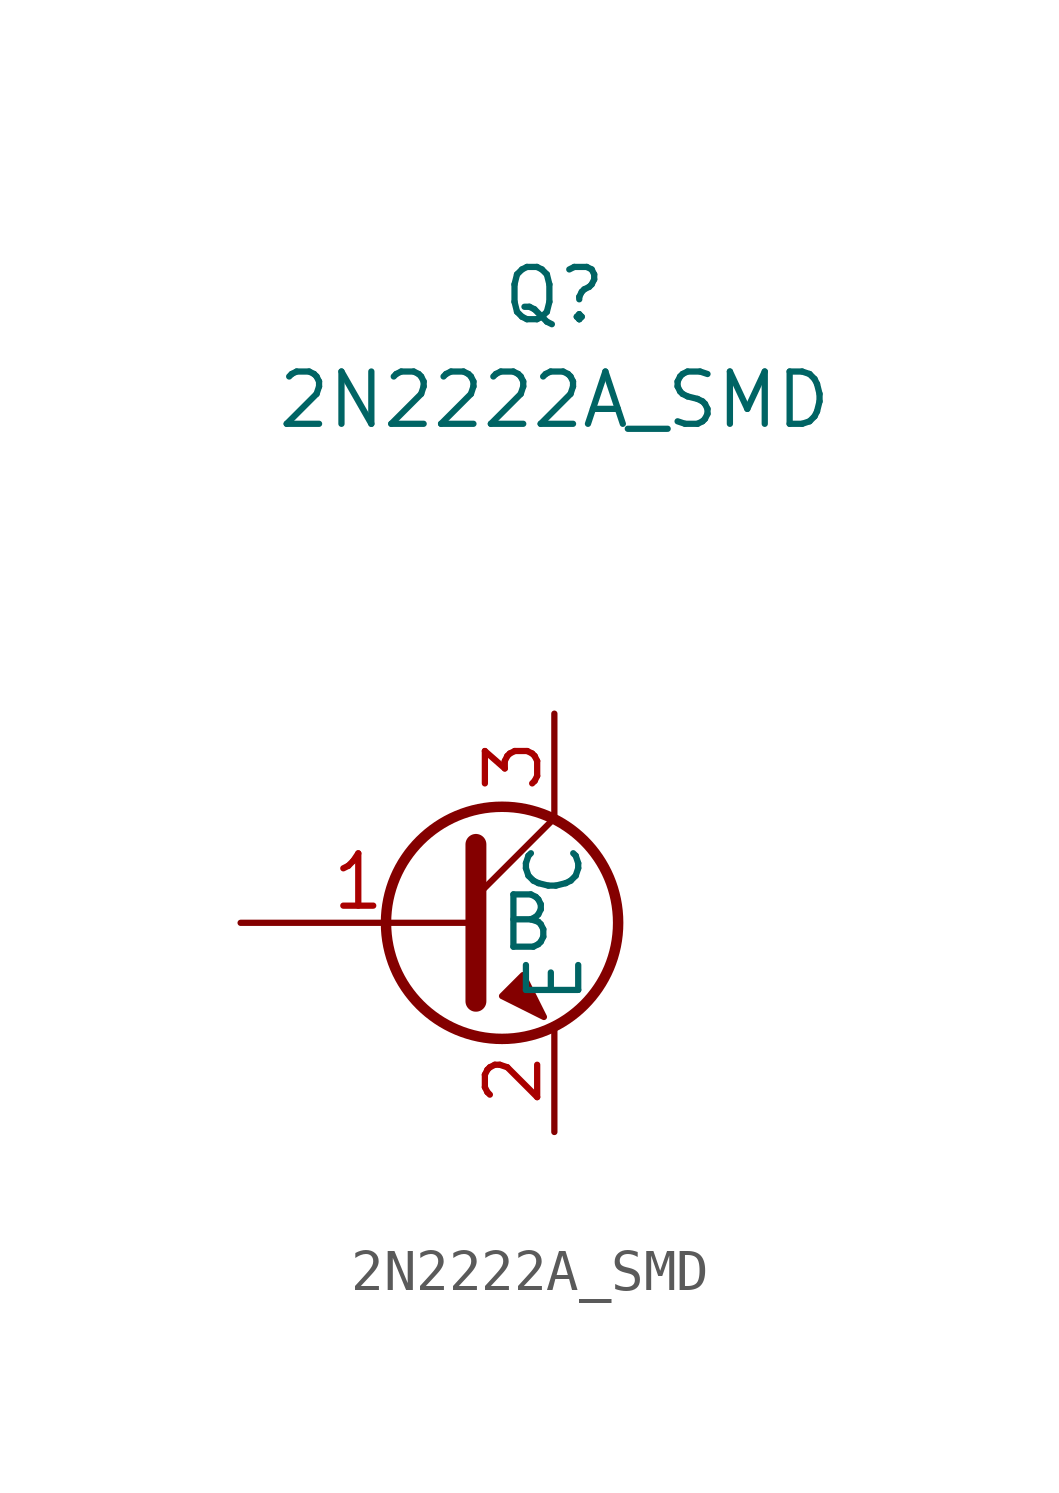
<source format=kicad_sym>
(kicad_symbol_lib
  (version 20211014)
  (generator kicad_symbol_editor)
  (symbol "2N2222A_SMD"
    (property "Reference" "Q"
      (at 0 0 0)
      (effects (font (size 1.27 1.27))))
    (property "Value" "2N2222A_SMD"
      (at 0 -2.54 0)
      (effects (font (size 1.27 1.27))))
    (symbol "2N2222A_SMD_0_1"
      (circle (center -1.27 -15.24) (radius 2.819) (stroke (width 0.254) (type default) (color 0 0 0 0)) (fill (type none)))
      (polyline (pts (xy -1.905 -14.605) (xy 0 -12.7)) (stroke (width 0) (type default) (color 0 0 0 0)) (fill (type none)))
      (polyline (pts (xy -1.905 -13.335) (xy -1.905 -17.145) (xy -1.905 -17.145)) (stroke (width 0.508) (type default) (color 0 0 0 0)) (fill (type none)))
      (polyline (pts (xy -1.27 -17.018) (xy -0.762 -16.51) (xy -0.254 -17.526) (xy -1.27 -17.018) (xy -1.27 -17.018)) (stroke (width 0) (type default) (color 0 0 0 0)) (fill (type outline))))
    (symbol "2N2222A_SMD_1_1"
      (pin passive line (at -7.62 -15.24 0) (length 5.715) (name "B" (effects (font (size 1.27 1.27)))) (number "1" (effects (font (size 1.27 1.27)))))
      (pin passive line (at 0 -20.32 90) (length 2.54) (name "E" (effects (font (size 1.27 1.27)))) (number "2" (effects (font (size 1.27 1.27)))))
      (pin passive line (at 0 -10.16 270) (length 2.54) (name "C" (effects (font (size 1.27 1.27)))) (number "3" (effects (font (size 1.27 1.27))))))))
</source>
